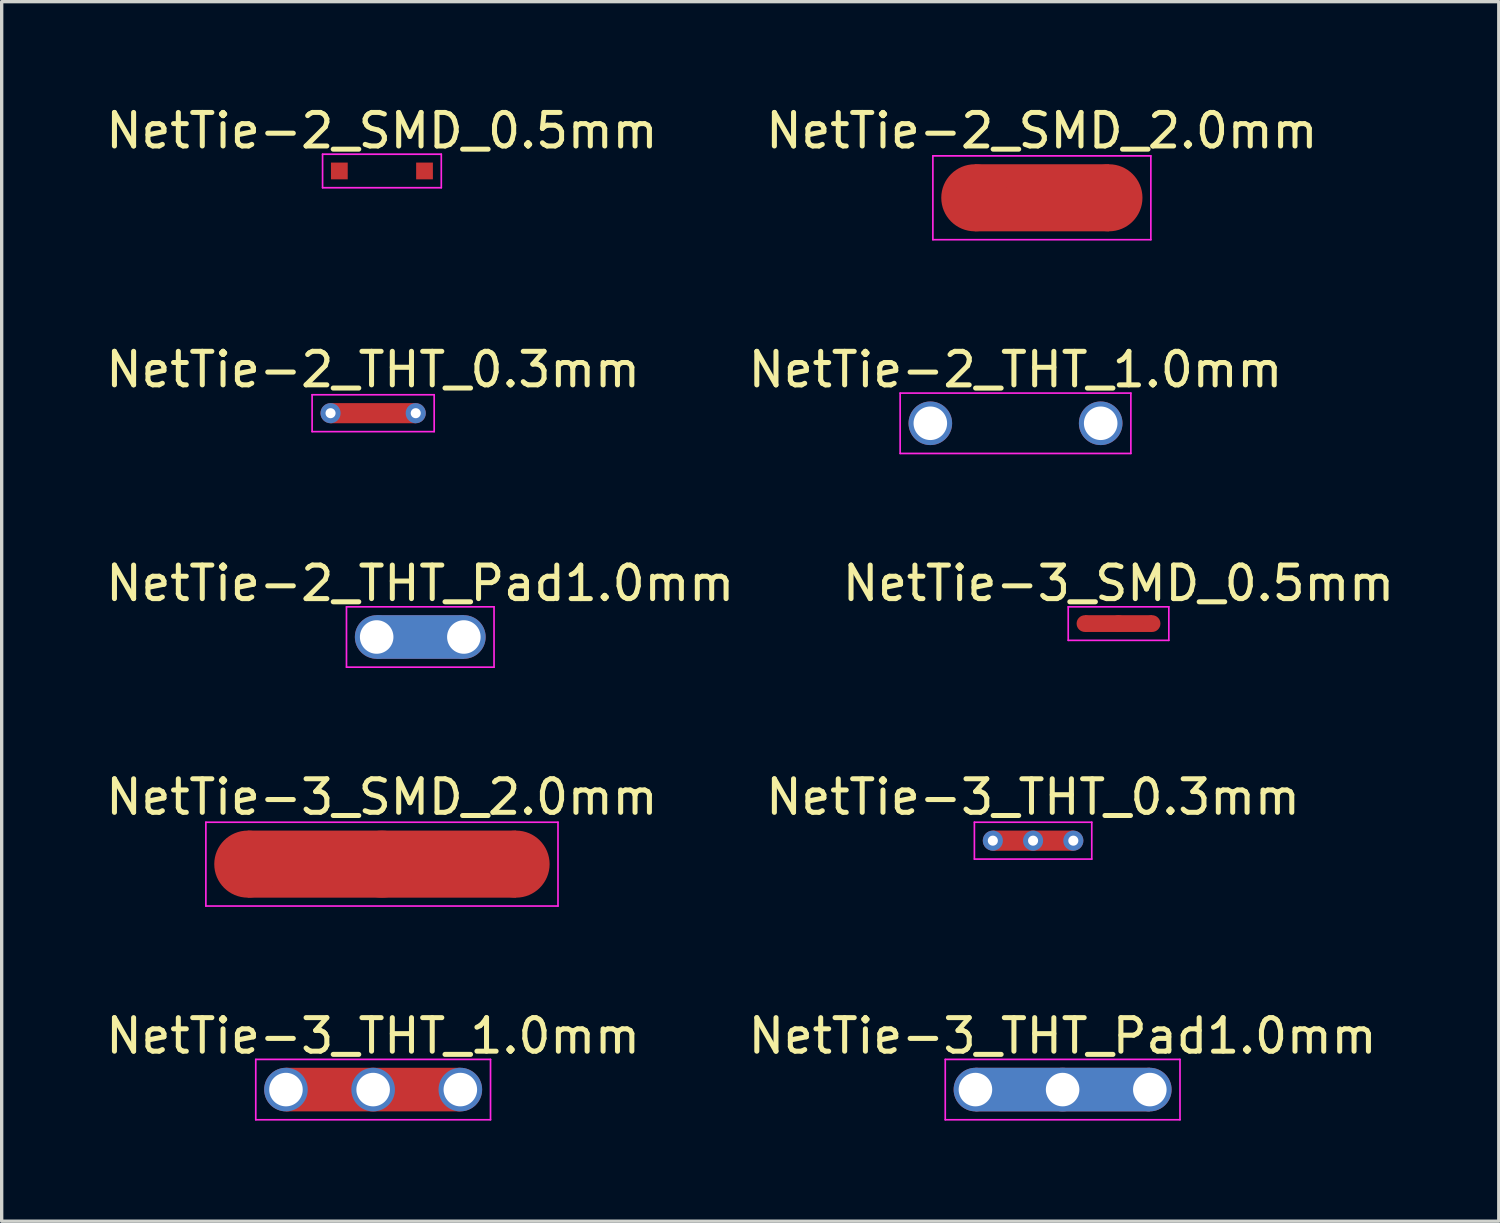
<source format=kicad_pcb>
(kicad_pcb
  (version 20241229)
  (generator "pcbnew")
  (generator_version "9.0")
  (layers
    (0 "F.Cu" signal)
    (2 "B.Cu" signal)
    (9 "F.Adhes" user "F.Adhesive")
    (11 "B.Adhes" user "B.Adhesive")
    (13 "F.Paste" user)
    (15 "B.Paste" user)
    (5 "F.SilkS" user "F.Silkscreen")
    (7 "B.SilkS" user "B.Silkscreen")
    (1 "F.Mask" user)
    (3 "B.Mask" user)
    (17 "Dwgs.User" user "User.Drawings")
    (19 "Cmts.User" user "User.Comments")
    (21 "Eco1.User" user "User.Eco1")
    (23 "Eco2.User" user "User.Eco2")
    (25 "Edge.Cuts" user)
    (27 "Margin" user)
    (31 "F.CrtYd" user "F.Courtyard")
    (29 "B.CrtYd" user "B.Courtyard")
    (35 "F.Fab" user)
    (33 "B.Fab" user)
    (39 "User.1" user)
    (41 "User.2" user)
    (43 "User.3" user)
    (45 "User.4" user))
  (footprint "NetTie-3_SMD_0.5mm"
    (layer "F.Cu")
    (at 30.304 15.545)
    (property "Reference" "NetTie-3_SMD_0.5mm" (at 0 -1.2 0) (layer "F.SilkS") (effects (font (size 1 1) (thickness 0.15))))
    (attr exclude_from_pos_files exclude_from_bom)
    (fp_poly (pts (xy -1 -0.25) (xy 1 -0.25) (xy 1 0.25) (xy -1 0.25)) (stroke (width 0) (type solid)) (fill yes) (layer "F.Cu"))
    (fp_line (start -1.5 -0.5) (end -1.5 0.5) (stroke (width 0.05) (type solid)) (layer "F.CrtYd"))
    (fp_line (start -1.5 0.5) (end 1.5 0.5) (stroke (width 0.05) (type solid)) (layer "F.CrtYd"))
    (fp_line (start 1.5 -0.5) (end -1.5 -0.5) (stroke (width 0.05) (type solid)) (layer "F.CrtYd"))
    (fp_line (start 1.5 0.5) (end 1.5 -0.5) (stroke (width 0.05) (type solid)) (layer "F.CrtYd"))
    (pad "1" smd circle (at -1 0) (size 0.5 0.5) (layers "F.Cu"))
    (pad "2" smd circle (at 0 0) (size 0.5 0.5) (layers "F.Cu"))
    (pad "3" smd circle (at 1 0) (size 0.5 0.5) (layers "F.Cu")))
  (footprint "NetTie-2_THT_1.0mm"
    (layer "F.Cu")
    (at 24.692 9.572)
    (property "Reference" "NetTie-2_THT_1.0mm" (at 2.54 -1.6 0) (layer "F.SilkS") (effects (font (size 1 1) (thickness 0.15))))
    (attr exclude_from_pos_files exclude_from_bom)
    (fp_line (start -0.9 -0.9) (end 5.98 -0.9) (stroke (width 0.05) (type solid)) (layer "F.CrtYd"))
    (fp_line (start -0.9 0.9) (end -0.9 -0.9) (stroke (width 0.05) (type solid)) (layer "F.CrtYd"))
    (fp_line (start 5.98 -0.9) (end 5.98 0.9) (stroke (width 0.05) (type solid)) (layer "F.CrtYd"))
    (fp_line (start 5.98 0.9) (end -0.9 0.9) (stroke (width 0.05) (type solid)) (layer "F.CrtYd"))
    (pad "1" thru_hole circle (at 0 0) (size 1.3 1.3) (drill 1) (layers "*.Cu"))
    (pad "2" thru_hole circle (at 5.08 0) (size 1.3 1.3) (drill 1) (layers "*.Cu")))
  (footprint "NetTie-2_THT_Pad1.0mm"
    (layer "F.Cu")
    (at 8.182 15.945)
    (property "Reference" "NetTie-2_THT_Pad1.0mm" (at 1.3 -1.6 0) (layer "F.SilkS") (effects (font (size 1 1) (thickness 0.15))))
    (attr exclude_from_pos_files exclude_from_bom)
    (fp_poly (pts (xy 0 -0.65) (xy 2.6 -0.65) (xy 2.6 0.65) (xy 0 0.65)) (stroke (width 0) (type solid)) (fill yes) (layer "F.Cu"))
    (fp_poly (pts (xy 0 -0.65) (xy 2.6 -0.65) (xy 2.6 0.65) (xy 0 0.65)) (stroke (width 0) (type solid)) (fill yes) (layer "B.Cu"))
    (fp_line (start -0.9 -0.9) (end 3.5 -0.9) (stroke (width 0.05) (type solid)) (layer "F.CrtYd"))
    (fp_line (start -0.9 0.9) (end -0.9 -0.9) (stroke (width 0.05) (type solid)) (layer "F.CrtYd"))
    (fp_line (start 3.5 -0.9) (end 3.5 0.9) (stroke (width 0.05) (type solid)) (layer "F.CrtYd"))
    (fp_line (start 3.5 0.9) (end -0.9 0.9) (stroke (width 0.05) (type solid)) (layer "F.CrtYd"))
    (pad "1" thru_hole circle (at 0 0) (size 1.3 1.3) (drill 1) (layers "*.Cu"))
    (pad "2" thru_hole circle (at 2.6 0) (size 1.3 1.3) (drill 1) (layers "*.Cu")))
  (footprint "NetTie-2_SMD_0.5mm"
    (layer "F.Cu")
    (at 8.339 2.048)
    (property "Reference" "NetTie-2_SMD_0.5mm" (at 0 -1.2 0) (layer "F.SilkS") (effects (font (size 1 1) (thickness 0.15))))
    (attr exclude_from_pos_files exclude_from_bom)
    (fp_line (start -1.77 -0.5) (end -1.77 0.5) (stroke (width 0.05) (type solid)) (layer "F.CrtYd"))
    (fp_line (start -1.77 0.5) (end 1.77 0.5) (stroke (width 0.05) (type solid)) (layer "F.CrtYd"))
    (fp_line (start 1.77 -0.5) (end -1.77 -0.5) (stroke (width 0.05) (type solid)) (layer "F.CrtYd"))
    (fp_line (start 1.77 0.5) (end 1.77 -0.5) (stroke (width 0.05) (type solid)) (layer "F.CrtYd"))
    (pad "1" smd rect (at -1.27 0) (size 0.5 0.5) (layers "F.Cu"))
    (pad "2" smd rect (at 1.27 0) (size 0.5 0.5) (layers "F.Cu")))
  (footprint "NetTie-3_THT_1.0mm"
    (layer "F.Cu")
    (at 5.477 29.441)
    (property "Reference" "NetTie-3_THT_1.0mm" (at 2.6 -1.6 0) (layer "F.SilkS") (effects (font (size 1 1) (thickness 0.15))))
    (attr exclude_from_pos_files exclude_from_bom)
    (fp_poly (pts (xy 0 -0.65) (xy 5.2 -0.65) (xy 5.2 0.65) (xy 0 0.65)) (stroke (width 0) (type solid)) (fill yes) (layer "F.Cu"))
    (fp_line (start -0.9 -0.9) (end 6.1 -0.9) (stroke (width 0.05) (type solid)) (layer "F.CrtYd"))
    (fp_line (start -0.9 0.9) (end -0.9 -0.9) (stroke (width 0.05) (type solid)) (layer "F.CrtYd"))
    (fp_line (start 6.1 -0.9) (end 6.1 0.9) (stroke (width 0.05) (type solid)) (layer "F.CrtYd"))
    (fp_line (start 6.1 0.9) (end -0.9 0.9) (stroke (width 0.05) (type solid)) (layer "F.CrtYd"))
    (pad "1" thru_hole circle (at 0 0) (size 1.3 1.3) (drill 1) (layers "*.Cu"))
    (pad "2" thru_hole circle (at 2.6 0) (size 1.3 1.3) (drill 1) (layers "*.Cu"))
    (pad "3" thru_hole circle (at 5.2 0) (size 1.3 1.3) (drill 1) (layers "*.Cu")))
  (footprint "NetTie-3_SMD_2.0mm"
    (layer "F.Cu")
    (at 8.339 22.718)
    (property "Reference" "NetTie-3_SMD_2.0mm" (at 0 -2 0) (layer "F.SilkS") (effects (font (size 1 1) (thickness 0.15))))
    (attr exclude_from_pos_files exclude_from_bom)
    (fp_poly (pts (xy -4 -1) (xy 4 -1) (xy 4 1) (xy -4 1)) (stroke (width 0) (type solid)) (fill yes) (layer "F.Cu"))
    (fp_line (start -5.25 -1.25) (end 5.25 -1.25) (stroke (width 0.05) (type solid)) (layer "F.CrtYd"))
    (fp_line (start -5.25 1.25) (end -5.25 -1.25) (stroke (width 0.05) (type solid)) (layer "F.CrtYd"))
    (fp_line (start 5.25 -1.25) (end 5.25 1.25) (stroke (width 0.05) (type solid)) (layer "F.CrtYd"))
    (fp_line (start 5.25 1.25) (end -5.25 1.25) (stroke (width 0.05) (type solid)) (layer "F.CrtYd"))
    (pad "1" smd circle (at -4 0) (size 2 2) (layers "F.Cu"))
    (pad "2" smd circle (at 0 0) (size 2 2) (layers "F.Cu"))
    (pad "3" smd circle (at 4 0) (size 2 2) (layers "F.Cu")))
  (footprint "NetTie-3_THT_0.3mm"
    (layer "F.Cu")
    (at 26.556 22.018)
    (property "Reference" "NetTie-3_THT_0.3mm" (at 1.2 -1.3 0) (layer "F.SilkS") (effects (font (size 1 1) (thickness 0.15))))
    (attr exclude_from_pos_files exclude_from_bom)
    (fp_poly (pts (xy 0 -0.3) (xy 2.4 -0.3) (xy 2.4 0.3) (xy 0 0.3)) (stroke (width 0) (type solid)) (fill yes) (layer "F.Cu"))
    (fp_line (start -0.55 -0.55) (end 2.95 -0.55) (stroke (width 0.05) (type solid)) (layer "F.CrtYd"))
    (fp_line (start -0.55 0.55) (end -0.55 -0.55) (stroke (width 0.05) (type solid)) (layer "F.CrtYd"))
    (fp_line (start 2.95 -0.55) (end 2.95 0.55) (stroke (width 0.05) (type solid)) (layer "F.CrtYd"))
    (fp_line (start 2.95 0.55) (end -0.55 0.55) (stroke (width 0.05) (type solid)) (layer "F.CrtYd"))
    (pad "1" thru_hole circle (at 0 0) (size 0.6 0.6) (drill 0.3) (layers "*.Cu"))
    (pad "2" thru_hole circle (at 1.2 0) (size 0.6 0.6) (drill 0.3) (layers "*.Cu"))
    (pad "3" thru_hole circle (at 2.4 0) (size 0.6 0.6) (drill 0.3) (layers "*.Cu")))
  (footprint "NetTie-2_THT_0.3mm"
    (layer "F.Cu")
    (at 6.807 9.271)
    (property "Reference" "NetTie-2_THT_0.3mm" (at 1.27 -1.3 0) (layer "F.SilkS") (effects (font (size 1 1) (thickness 0.15))))
    (attr exclude_from_pos_files exclude_from_bom)
    (fp_poly (pts (xy 0 -0.3) (xy 2.54 -0.3) (xy 2.54 0.3) (xy 0 0.3)) (stroke (width 0) (type solid)) (fill yes) (layer "F.Cu"))
    (fp_line (start -0.55 -0.55) (end 3.09 -0.55) (stroke (width 0.05) (type solid)) (layer "F.CrtYd"))
    (fp_line (start -0.55 0.55) (end -0.55 -0.55) (stroke (width 0.05) (type solid)) (layer "F.CrtYd"))
    (fp_line (start 3.09 -0.55) (end 3.09 0.55) (stroke (width 0.05) (type solid)) (layer "F.CrtYd"))
    (fp_line (start 3.09 0.55) (end -0.55 0.55) (stroke (width 0.05) (type solid)) (layer "F.CrtYd"))
    (pad "1" thru_hole circle (at 0 0) (size 0.6 0.6) (drill 0.3) (layers "*.Cu"))
    (pad "2" thru_hole circle (at 2.54 0) (size 0.6 0.6) (drill 0.3) (layers "*.Cu")))
  (footprint "NetTie-3_THT_Pad1.0mm"
    (layer "F.Cu")
    (at 26.037 29.441)
    (property "Reference" "NetTie-3_THT_Pad1.0mm" (at 2.6 -1.6 0) (layer "F.SilkS") (effects (font (size 1 1) (thickness 0.15))))
    (attr exclude_from_pos_files exclude_from_bom)
    (fp_poly (pts (xy 0 -0.65) (xy 5.2 -0.65) (xy 5.2 0.65) (xy 0 0.65)) (stroke (width 0) (type solid)) (fill yes) (layer "F.Cu"))
    (fp_poly (pts (xy 0 -0.65) (xy 5.2 -0.65) (xy 5.2 0.65) (xy 0 0.65)) (stroke (width 0) (type solid)) (fill yes) (layer "B.Cu"))
    (fp_line (start -0.9 -0.9) (end 6.1 -0.9) (stroke (width 0.05) (type solid)) (layer "F.CrtYd"))
    (fp_line (start -0.9 0.9) (end -0.9 -0.9) (stroke (width 0.05) (type solid)) (layer "F.CrtYd"))
    (fp_line (start 6.1 -0.9) (end 6.1 0.9) (stroke (width 0.05) (type solid)) (layer "F.CrtYd"))
    (fp_line (start 6.1 0.9) (end -0.9 0.9) (stroke (width 0.05) (type solid)) (layer "F.CrtYd"))
    (pad "1" thru_hole circle (at 0 0) (size 1.3 1.3) (drill 1) (layers "*.Cu"))
    (pad "2" thru_hole circle (at 2.6 0) (size 1.3 1.3) (drill 1) (layers "*.Cu"))
    (pad "3" thru_hole circle (at 5.2 0) (size 1.3 1.3) (drill 1) (layers "*.Cu")))
  (footprint "NetTie-2_SMD_2.0mm"
    (layer "F.Cu")
    (at 28.018 2.848)
    (property "Reference" "NetTie-2_SMD_2.0mm" (at 0 -2 0) (layer "F.SilkS") (effects (font (size 1 1) (thickness 0.15))))
    (attr exclude_from_pos_files exclude_from_bom)
    (fp_poly (pts (xy -2 -1) (xy 2 -1) (xy 2 1) (xy -2 1)) (stroke (width 0) (type solid)) (fill yes) (layer "F.Cu"))
    (fp_line (start -3.25 -1.25) (end 3.25 -1.25) (stroke (width 0.05) (type solid)) (layer "F.CrtYd"))
    (fp_line (start -3.25 1.25) (end -3.25 -1.25) (stroke (width 0.05) (type solid)) (layer "F.CrtYd"))
    (fp_line (start 3.25 -1.25) (end 3.25 1.25) (stroke (width 0.05) (type solid)) (layer "F.CrtYd"))
    (fp_line (start 3.25 1.25) (end -3.25 1.25) (stroke (width 0.05) (type solid)) (layer "F.CrtYd"))
    (pad "1" smd circle (at -2 0) (size 2 2) (layers "F.Cu"))
    (pad "2" smd circle (at 2 0) (size 2 2) (layers "F.Cu")))
  (gr_rect
    (start -3 -3)
    (end 41.643 33.366)
    (stroke (width 0.1) (type default))
    (fill no)
    (layer "Edge.Cuts")))
</source>
